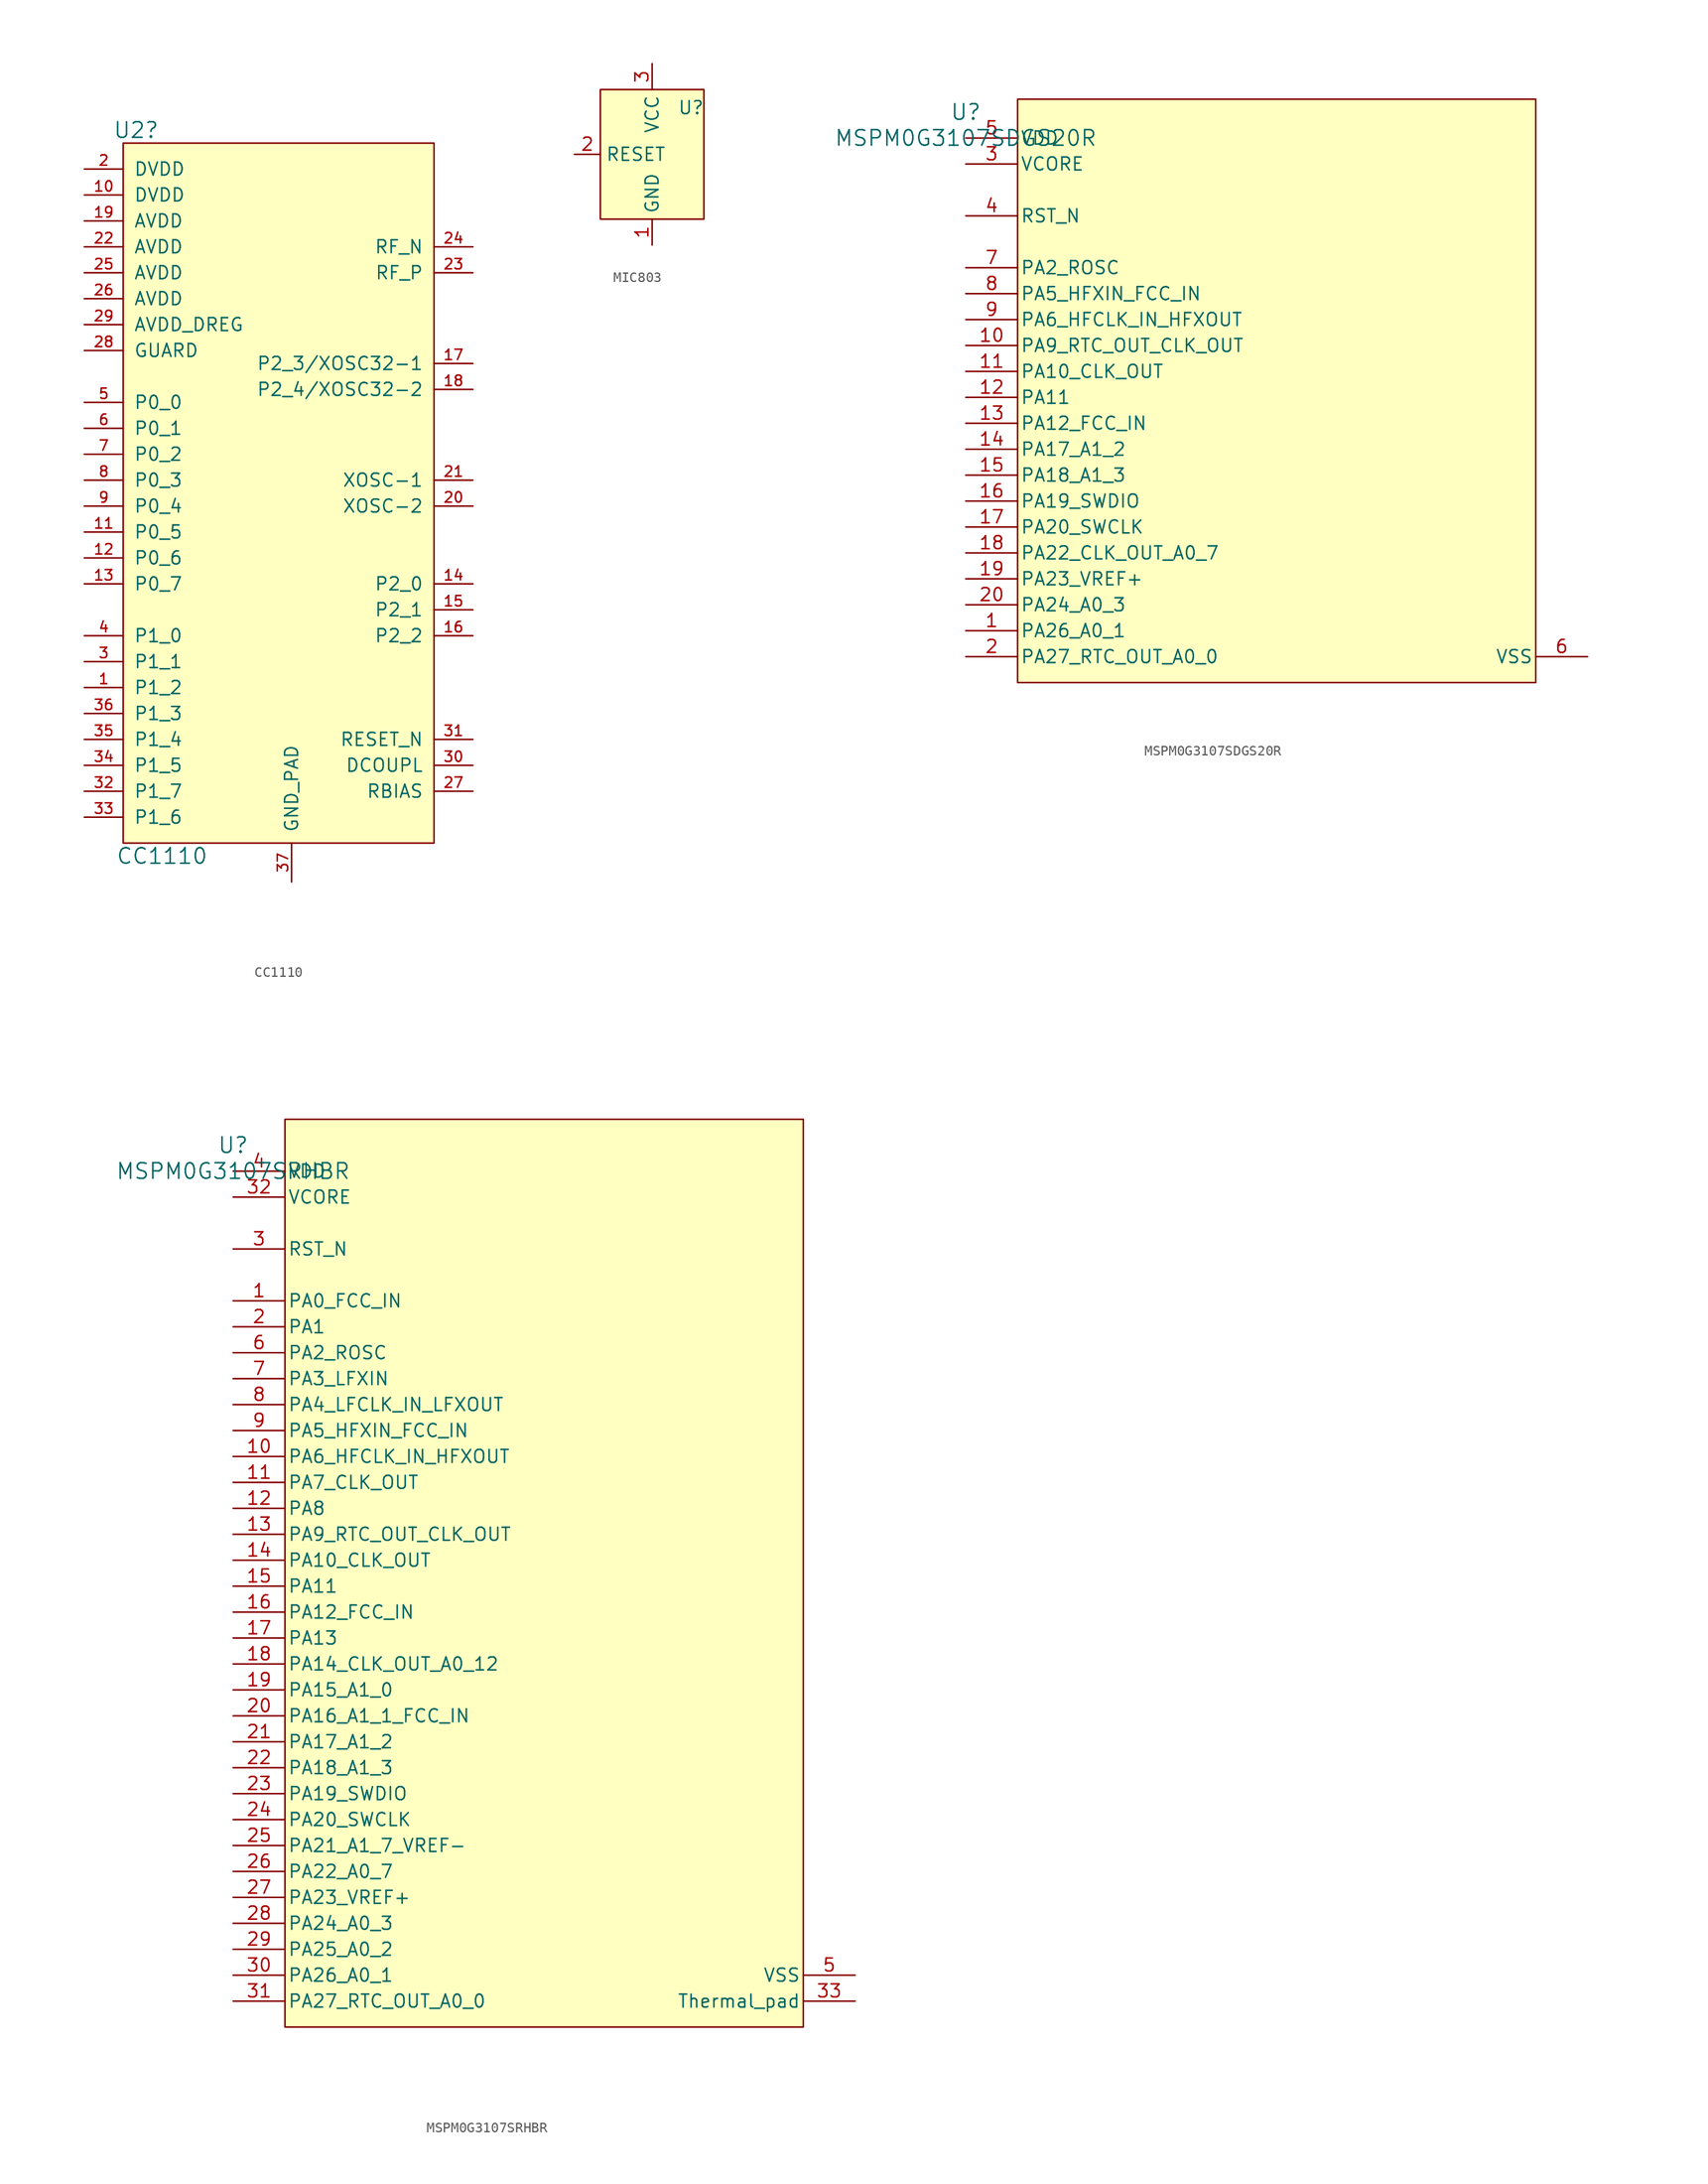
<source format=kicad_sym>
(kicad_symbol_lib
  (version 20231120)
  (generator "kicad_symbol_editor")
  (generator_version "8.0")
  (symbol "CC1110"
    (pin_names
      (offset 1.016))
    (property "Reference" "U2"
      (at -15.24 36.83 0)
      (effects (font (size 1.524 1.524))))
    (property "Value" "CC1110"
      (at -12.7 -34.29 0)
      (effects (font (size 1.524 1.524))))
    (symbol "CC1110_0_1"
      (rectangle (start -16.51 35.56) (end 13.97 -33.02) (stroke (width 0) (type solid)) (fill (type background))))
    (symbol "CC1110_1_1"
      (pin bidirectional line (at -20.32 -17.78 0) (length 3.81) (name "P1_2" (effects (font (size 1.27 1.27)))) (number "1" (effects (font (size 1.016 1.016)))))
      (pin power_in line (at -20.32 30.48 0) (length 3.81) (name "DVDD" (effects (font (size 1.27 1.27)))) (number "10" (effects (font (size 1.016 1.016)))))
      (pin bidirectional line (at -20.32 -2.54 0) (length 3.81) (name "P0_5" (effects (font (size 1.27 1.27)))) (number "11" (effects (font (size 1.016 1.016)))))
      (pin bidirectional line (at -20.32 -5.08 0) (length 3.81) (name "P0_6" (effects (font (size 1.27 1.27)))) (number "12" (effects (font (size 1.016 1.016)))))
      (pin bidirectional line (at -20.32 -7.62 0) (length 3.81) (name "P0_7" (effects (font (size 1.27 1.27)))) (number "13" (effects (font (size 1.016 1.016)))))
      (pin bidirectional line (at 17.78 -7.62 180) (length 3.81) (name "P2_0" (effects (font (size 1.27 1.27)))) (number "14" (effects (font (size 1.016 1.016)))))
      (pin bidirectional line (at 17.78 -10.16 180) (length 3.81) (name "P2_1" (effects (font (size 1.27 1.27)))) (number "15" (effects (font (size 1.016 1.016)))))
      (pin bidirectional line (at 17.78 -12.7 180) (length 3.81) (name "P2_2" (effects (font (size 1.27 1.27)))) (number "16" (effects (font (size 1.016 1.016)))))
      (pin bidirectional line (at 17.78 13.97 180) (length 3.81) (name "P2_3/XOSC32-1" (effects (font (size 1.27 1.27)))) (number "17" (effects (font (size 1.016 1.016)))))
      (pin bidirectional line (at 17.78 11.43 180) (length 3.81) (name "P2_4/XOSC32-2" (effects (font (size 1.27 1.27)))) (number "18" (effects (font (size 1.016 1.016)))))
      (pin power_in line (at -20.32 27.94 0) (length 3.81) (name "AVDD" (effects (font (size 1.27 1.27)))) (number "19" (effects (font (size 1.016 1.016)))))
      (pin power_in line (at -20.32 33.02 0) (length 3.81) (name "DVDD" (effects (font (size 1.27 1.27)))) (number "2" (effects (font (size 1.016 1.016)))))
      (pin bidirectional line (at 17.78 0 180) (length 3.81) (name "XOSC-2" (effects (font (size 1.27 1.27)))) (number "20" (effects (font (size 1.016 1.016)))))
      (pin bidirectional line (at 17.78 2.54 180) (length 3.81) (name "XOSC-1" (effects (font (size 1.27 1.27)))) (number "21" (effects (font (size 1.016 1.016)))))
      (pin power_in line (at -20.32 25.4 0) (length 3.81) (name "AVDD" (effects (font (size 1.27 1.27)))) (number "22" (effects (font (size 1.016 1.016)))))
      (pin bidirectional line (at 17.78 22.86 180) (length 3.81) (name "RF_P" (effects (font (size 1.27 1.27)))) (number "23" (effects (font (size 1.016 1.016)))))
      (pin bidirectional line (at 17.78 25.4 180) (length 3.81) (name "RF_N" (effects (font (size 1.27 1.27)))) (number "24" (effects (font (size 1.016 1.016)))))
      (pin power_in line (at -20.32 22.86 0) (length 3.81) (name "AVDD" (effects (font (size 1.27 1.27)))) (number "25" (effects (font (size 1.016 1.016)))))
      (pin power_in line (at -20.32 20.32 0) (length 3.81) (name "AVDD" (effects (font (size 1.27 1.27)))) (number "26" (effects (font (size 1.016 1.016)))))
      (pin bidirectional line (at 17.78 -27.94 180) (length 3.81) (name "RBIAS" (effects (font (size 1.27 1.27)))) (number "27" (effects (font (size 1.016 1.016)))))
      (pin power_in line (at -20.32 15.24 0) (length 3.81) (name "GUARD" (effects (font (size 1.27 1.27)))) (number "28" (effects (font (size 1.016 1.016)))))
      (pin power_in line (at -20.32 17.78 0) (length 3.81) (name "AVDD_DREG" (effects (font (size 1.27 1.27)))) (number "29" (effects (font (size 1.016 1.016)))))
      (pin bidirectional line (at -20.32 -15.24 0) (length 3.81) (name "P1_1" (effects (font (size 1.27 1.27)))) (number "3" (effects (font (size 1.016 1.016)))))
      (pin passive line (at 17.78 -25.4 180) (length 3.81) (name "DCOUPL" (effects (font (size 1.27 1.27)))) (number "30" (effects (font (size 1.016 1.016)))))
      (pin bidirectional line (at 17.78 -22.86 180) (length 3.81) (name "RESET_N" (effects (font (size 1.27 1.27)))) (number "31" (effects (font (size 1.016 1.016)))))
      (pin bidirectional line (at -20.32 -27.94 0) (length 3.81) (name "P1_7" (effects (font (size 1.27 1.27)))) (number "32" (effects (font (size 1.016 1.016)))))
      (pin bidirectional line (at -20.32 -30.48 0) (length 3.81) (name "P1_6" (effects (font (size 1.27 1.27)))) (number "33" (effects (font (size 1.016 1.016)))))
      (pin bidirectional line (at -20.32 -25.4 0) (length 3.81) (name "P1_5" (effects (font (size 1.27 1.27)))) (number "34" (effects (font (size 1.016 1.016)))))
      (pin bidirectional line (at -20.32 -22.86 0) (length 3.81) (name "P1_4" (effects (font (size 1.27 1.27)))) (number "35" (effects (font (size 1.016 1.016)))))
      (pin bidirectional line (at -20.32 -20.32 0) (length 3.81) (name "P1_3" (effects (font (size 1.27 1.27)))) (number "36" (effects (font (size 1.016 1.016)))))
      (pin passive line (at 0 -36.83 90) (length 3.81) (name "GND_PAD" (effects (font (size 1.27 1.27)))) (number "37" (effects (font (size 1.016 1.016)))))
      (pin bidirectional line (at -20.32 -12.7 0) (length 3.81) (name "P1_0" (effects (font (size 1.27 1.27)))) (number "4" (effects (font (size 1.016 1.016)))))
      (pin bidirectional line (at -20.32 10.16 0) (length 3.81) (name "P0_0" (effects (font (size 1.27 1.27)))) (number "5" (effects (font (size 1.016 1.016)))))
      (pin bidirectional line (at -20.32 7.62 0) (length 3.81) (name "P0_1" (effects (font (size 1.27 1.27)))) (number "6" (effects (font (size 1.016 1.016)))))
      (pin bidirectional line (at -20.32 5.08 0) (length 3.81) (name "P0_2" (effects (font (size 1.27 1.27)))) (number "7" (effects (font (size 1.016 1.016)))))
      (pin bidirectional line (at -20.32 2.54 0) (length 3.81) (name "P0_3" (effects (font (size 1.27 1.27)))) (number "8" (effects (font (size 1.016 1.016)))))
      (pin bidirectional line (at -20.32 0 0) (length 3.81) (name "P0_4" (effects (font (size 1.27 1.27)))) (number "9" (effects (font (size 1.016 1.016)))))))
  (symbol "MIC803"
    (property "Reference" "U"
      (at 3.81 4.572 0)
      (effects (font (size 1.27 1.27))))
    (property "Value" ""
      (at 0 0 0)
      (effects (font (size 1.27 1.27))))
    (symbol "MIC803_1_1"
      (rectangle (start -5.08 6.35) (end 5.08 -6.35) (stroke (width 0) (type default)) (fill (type background)))
      (pin power_in line (at 0 -8.89 90) (length 2.54) (name "GND" (effects (font (size 1.27 1.27)))) (number "1" (effects (font (size 1.27 1.27)))))
      (pin passive line (at -7.62 0 0) (length 2.54) (name "RESET" (effects (font (size 1.27 1.27)))) (number "2" (effects (font (size 1.27 1.27)))))
      (pin power_in line (at 0 8.89 270) (length 2.54) (name "VCC" (effects (font (size 1.27 1.27)))) (number "3" (effects (font (size 1.27 1.27)))))))
  (symbol "MSPM0G3107SDGS20R"
    (pin_names
      (offset 0.254))
    (property "Reference" "U"
      (at 0 2.54 0)
      (effects (font (size 1.524 1.524))))
    (property "Value" "MSPM0G3107SDGS20R"
      (at 0 0 0)
      (effects (font (size 1.524 1.524))))
    (property "ki_locked" ""
      (at 0 0 0)
      (effects (font (size 1.27 1.27))))
    (symbol "MSPM0G3107SDGS20R_0_1"
      (pin bidirectional line (at 0 -48.26 0) (length 5.08) (name "PA26_A0_1" (effects (font (size 1.27 1.27)))) (number "1" (effects (font (size 1.27 1.27)))))
      (pin bidirectional line (at 0 -20.32 0) (length 5.08) (name "PA9_RTC_OUT_CLK_OUT" (effects (font (size 1.27 1.27)))) (number "10" (effects (font (size 1.27 1.27)))))
      (pin bidirectional line (at 0 -22.86 0) (length 5.08) (name "PA10_CLK_OUT" (effects (font (size 1.27 1.27)))) (number "11" (effects (font (size 1.27 1.27)))))
      (pin bidirectional line (at 0 -25.4 0) (length 5.08) (name "PA11" (effects (font (size 1.27 1.27)))) (number "12" (effects (font (size 1.27 1.27)))))
      (pin bidirectional line (at 0 -27.94 0) (length 5.08) (name "PA12_FCC_IN" (effects (font (size 1.27 1.27)))) (number "13" (effects (font (size 1.27 1.27)))))
      (pin bidirectional line (at 0 -30.48 0) (length 5.08) (name "PA17_A1_2" (effects (font (size 1.27 1.27)))) (number "14" (effects (font (size 1.27 1.27)))))
      (pin bidirectional line (at 0 -33.02 0) (length 5.08) (name "PA18_A1_3" (effects (font (size 1.27 1.27)))) (number "15" (effects (font (size 1.27 1.27)))))
      (pin bidirectional line (at 0 -35.56 0) (length 5.08) (name "PA19_SWDIO" (effects (font (size 1.27 1.27)))) (number "16" (effects (font (size 1.27 1.27)))))
      (pin bidirectional line (at 0 -38.1 0) (length 5.08) (name "PA20_SWCLK" (effects (font (size 1.27 1.27)))) (number "17" (effects (font (size 1.27 1.27)))))
      (pin bidirectional line (at 0 -40.64 0) (length 5.08) (name "PA22_CLK_OUT_A0_7" (effects (font (size 1.27 1.27)))) (number "18" (effects (font (size 1.27 1.27)))))
      (pin bidirectional line (at 0 -43.18 0) (length 5.08) (name "PA23_VREF+" (effects (font (size 1.27 1.27)))) (number "19" (effects (font (size 1.27 1.27)))))
      (pin bidirectional line (at 0 -50.8 0) (length 5.08) (name "PA27_RTC_OUT_A0_0" (effects (font (size 1.27 1.27)))) (number "2" (effects (font (size 1.27 1.27)))))
      (pin bidirectional line (at 0 -45.72 0) (length 5.08) (name "PA24_A0_3" (effects (font (size 1.27 1.27)))) (number "20" (effects (font (size 1.27 1.27)))))
      (pin input line (at 0 -7.62 0) (length 5.08) (name "RST_N" (effects (font (size 1.27 1.27)))) (number "4" (effects (font (size 1.27 1.27)))))
      (pin power_in line (at 0 0 0) (length 5.08) (name "VDD" (effects (font (size 1.27 1.27)))) (number "5" (effects (font (size 1.27 1.27)))))
      (pin power_in line (at 60.96 -50.8 180) (length 5.08) (name "VSS" (effects (font (size 1.27 1.27)))) (number "6" (effects (font (size 1.27 1.27)))))
      (pin bidirectional line (at 0 -12.7 0) (length 5.08) (name "PA2_ROSC" (effects (font (size 1.27 1.27)))) (number "7" (effects (font (size 1.27 1.27)))))
      (pin bidirectional line (at 0 -15.24 0) (length 5.08) (name "PA5_HFXIN_FCC_IN" (effects (font (size 1.27 1.27)))) (number "8" (effects (font (size 1.27 1.27)))))
      (pin bidirectional line (at 0 -17.78 0) (length 5.08) (name "PA6_HFCLK_IN_HFXOUT" (effects (font (size 1.27 1.27)))) (number "9" (effects (font (size 1.27 1.27))))))
    (symbol "MSPM0G3107SDGS20R_1_1"
      (rectangle (start 5.08 3.81) (end 55.88 -53.34) (stroke (width 0) (type default)) (fill (type background)))
      (pin passive line (at 0 -2.54 0) (length 5.08) (name "VCORE" (effects (font (size 1.27 1.27)))) (number "3" (effects (font (size 1.27 1.27)))))))
  (symbol "MSPM0G3107SRHBR"
    (pin_names
      (offset 0.254))
    (property "Reference" "U"
      (at 0 2.54 0)
      (effects (font (size 1.524 1.524))))
    (property "Value" "MSPM0G3107SRHBR"
      (at 0 0 0)
      (effects (font (size 1.524 1.524))))
    (property "ki_locked" ""
      (at 0 0 0)
      (effects (font (size 1.27 1.27))))
    (symbol "MSPM0G3107SRHBR_0_1"
      (pin bidirectional line (at 0 -12.7 0) (length 5.08) (name "PA0_FCC_IN" (effects (font (size 1.27 1.27)))) (number "1" (effects (font (size 1.27 1.27)))))
      (pin bidirectional line (at 0 -27.94 0) (length 5.08) (name "PA6_HFCLK_IN_HFXOUT" (effects (font (size 1.27 1.27)))) (number "10" (effects (font (size 1.27 1.27)))))
      (pin bidirectional line (at 0 -30.48 0) (length 5.08) (name "PA7_CLK_OUT" (effects (font (size 1.27 1.27)))) (number "11" (effects (font (size 1.27 1.27)))))
      (pin bidirectional line (at 0 -33.02 0) (length 5.08) (name "PA8" (effects (font (size 1.27 1.27)))) (number "12" (effects (font (size 1.27 1.27)))))
      (pin bidirectional line (at 0 -35.56 0) (length 5.08) (name "PA9_RTC_OUT_CLK_OUT" (effects (font (size 1.27 1.27)))) (number "13" (effects (font (size 1.27 1.27)))))
      (pin bidirectional line (at 0 -38.1 0) (length 5.08) (name "PA10_CLK_OUT" (effects (font (size 1.27 1.27)))) (number "14" (effects (font (size 1.27 1.27)))))
      (pin bidirectional line (at 0 -40.64 0) (length 5.08) (name "PA11" (effects (font (size 1.27 1.27)))) (number "15" (effects (font (size 1.27 1.27)))))
      (pin bidirectional line (at 0 -43.18 0) (length 5.08) (name "PA12_FCC_IN" (effects (font (size 1.27 1.27)))) (number "16" (effects (font (size 1.27 1.27)))))
      (pin bidirectional line (at 0 -45.72 0) (length 5.08) (name "PA13" (effects (font (size 1.27 1.27)))) (number "17" (effects (font (size 1.27 1.27)))))
      (pin bidirectional line (at 0 -48.26 0) (length 5.08) (name "PA14_CLK_OUT_A0_12" (effects (font (size 1.27 1.27)))) (number "18" (effects (font (size 1.27 1.27)))))
      (pin bidirectional line (at 0 -50.8 0) (length 5.08) (name "PA15_A1_0" (effects (font (size 1.27 1.27)))) (number "19" (effects (font (size 1.27 1.27)))))
      (pin bidirectional line (at 0 -15.24 0) (length 5.08) (name "PA1" (effects (font (size 1.27 1.27)))) (number "2" (effects (font (size 1.27 1.27)))))
      (pin bidirectional line (at 0 -53.34 0) (length 5.08) (name "PA16_A1_1_FCC_IN" (effects (font (size 1.27 1.27)))) (number "20" (effects (font (size 1.27 1.27)))))
      (pin bidirectional line (at 0 -55.88 0) (length 5.08) (name "PA17_A1_2" (effects (font (size 1.27 1.27)))) (number "21" (effects (font (size 1.27 1.27)))))
      (pin bidirectional line (at 0 -58.42 0) (length 5.08) (name "PA18_A1_3" (effects (font (size 1.27 1.27)))) (number "22" (effects (font (size 1.27 1.27)))))
      (pin bidirectional line (at 0 -60.96 0) (length 5.08) (name "PA19_SWDIO" (effects (font (size 1.27 1.27)))) (number "23" (effects (font (size 1.27 1.27)))))
      (pin bidirectional line (at 0 -63.5 0) (length 5.08) (name "PA20_SWCLK" (effects (font (size 1.27 1.27)))) (number "24" (effects (font (size 1.27 1.27)))))
      (pin bidirectional line (at 0 -66.04 0) (length 5.08) (name "PA21_A1_7_VREF-" (effects (font (size 1.27 1.27)))) (number "25" (effects (font (size 1.27 1.27)))))
      (pin bidirectional line (at 0 -68.58 0) (length 5.08) (name "PA22_A0_7" (effects (font (size 1.27 1.27)))) (number "26" (effects (font (size 1.27 1.27)))))
      (pin bidirectional line (at 0 -71.12 0) (length 5.08) (name "PA23_VREF+" (effects (font (size 1.27 1.27)))) (number "27" (effects (font (size 1.27 1.27)))))
      (pin bidirectional line (at 0 -73.66 0) (length 5.08) (name "PA24_A0_3" (effects (font (size 1.27 1.27)))) (number "28" (effects (font (size 1.27 1.27)))))
      (pin bidirectional line (at 0 -76.2 0) (length 5.08) (name "PA25_A0_2" (effects (font (size 1.27 1.27)))) (number "29" (effects (font (size 1.27 1.27)))))
      (pin input line (at 0 -7.62 0) (length 5.08) (name "RST_N" (effects (font (size 1.27 1.27)))) (number "3" (effects (font (size 1.27 1.27)))))
      (pin bidirectional line (at 0 -78.74 0) (length 5.08) (name "PA26_A0_1" (effects (font (size 1.27 1.27)))) (number "30" (effects (font (size 1.27 1.27)))))
      (pin bidirectional line (at 0 -81.28 0) (length 5.08) (name "PA27_RTC_OUT_A0_0" (effects (font (size 1.27 1.27)))) (number "31" (effects (font (size 1.27 1.27)))))
      (pin power_in line (at 60.96 -81.28 180) (length 5.08) (name "Thermal_pad" (effects (font (size 1.27 1.27)))) (number "33" (effects (font (size 1.27 1.27)))))
      (pin power_in line (at 0 0 0) (length 5.08) (name "VDD" (effects (font (size 1.27 1.27)))) (number "4" (effects (font (size 1.27 1.27)))))
      (pin power_in line (at 60.96 -78.74 180) (length 5.08) (name "VSS" (effects (font (size 1.27 1.27)))) (number "5" (effects (font (size 1.27 1.27)))))
      (pin bidirectional line (at 0 -17.78 0) (length 5.08) (name "PA2_ROSC" (effects (font (size 1.27 1.27)))) (number "6" (effects (font (size 1.27 1.27)))))
      (pin bidirectional line (at 0 -20.32 0) (length 5.08) (name "PA3_LFXIN" (effects (font (size 1.27 1.27)))) (number "7" (effects (font (size 1.27 1.27)))))
      (pin bidirectional line (at 0 -22.86 0) (length 5.08) (name "PA4_LFCLK_IN_LFXOUT" (effects (font (size 1.27 1.27)))) (number "8" (effects (font (size 1.27 1.27)))))
      (pin bidirectional line (at 0 -25.4 0) (length 5.08) (name "PA5_HFXIN_FCC_IN" (effects (font (size 1.27 1.27)))) (number "9" (effects (font (size 1.27 1.27))))))
    (symbol "MSPM0G3107SRHBR_1_1"
      (rectangle (start 5.08 5.08) (end 55.88 -83.82) (stroke (width 0) (type default)) (fill (type background)))
      (pin passive line (at 0 -2.54 0) (length 5.08) (name "VCORE" (effects (font (size 1.27 1.27)))) (number "32" (effects (font (size 1.27 1.27))))))))
</source>
